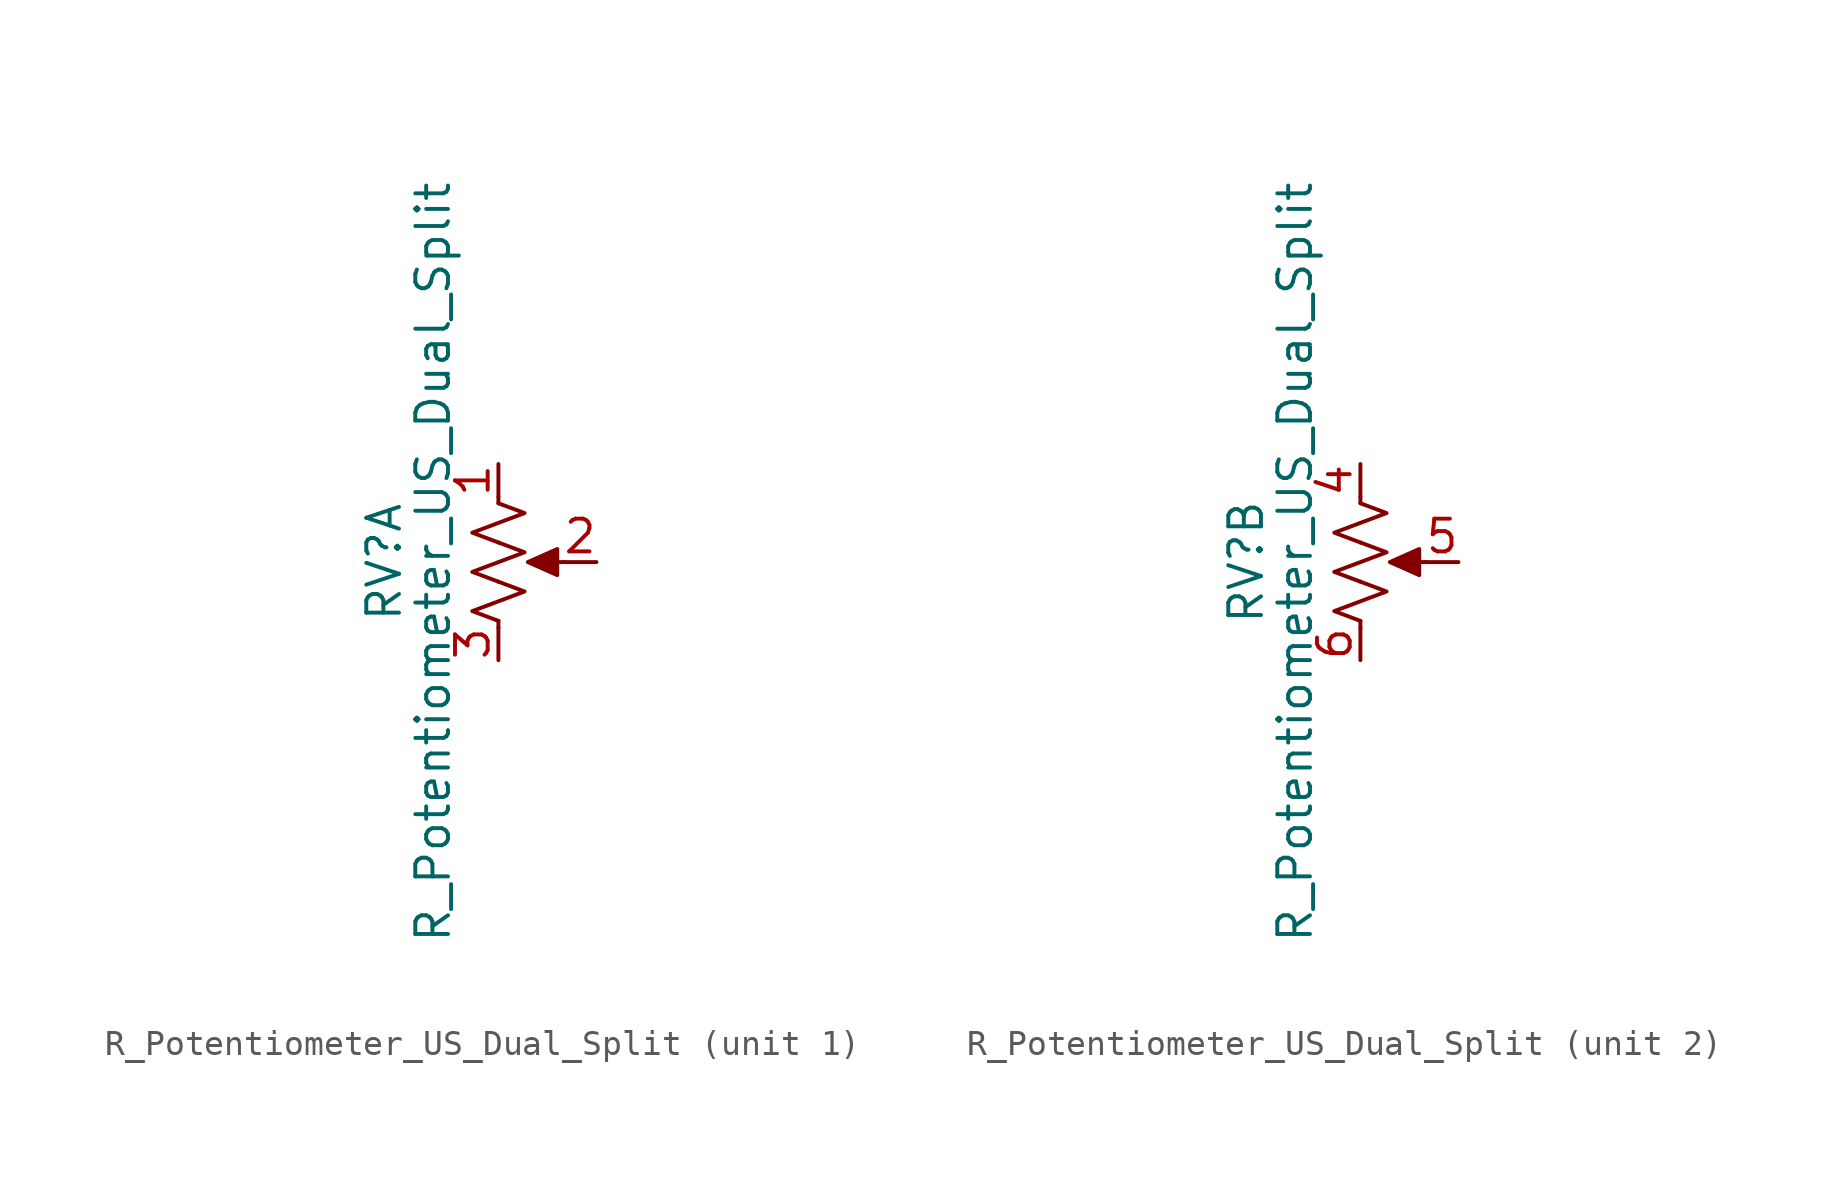
<source format=kicad_sym>
(kicad_symbol_lib
  (version 20241209)
  (generator "kicad_symbol_editor")
  (generator_version "9.0")
  (symbol "R_Potentiometer_US_Dual_Split"
    (pin_names
      (offset 1.016)
      (hide yes))
    (property "Reference" "RV"
      (at -4.445 0 90)
      (effects (font (size 1.27 1.27))))
    (property "Value" "R_Potentiometer_US_Dual_Split"
      (at -2.54 0 90)
      (effects (font (size 1.27 1.27))))
    (symbol "R_Potentiometer_US_Dual_Split_0_1"
      (polyline (pts (xy 0 2.54) (xy 0 2.286)) (stroke (width 0) (type default)) (fill (type none)))
      (polyline (pts (xy 0 2.286) (xy 1.016 1.905) (xy 0 1.524) (xy -1.016 1.143) (xy 0 0.762)) (stroke (width 0) (type default)) (fill (type none)))
      (polyline (pts (xy 0 0.762) (xy 1.016 0.381) (xy 0 0) (xy -1.016 -0.381) (xy 0 -0.762)) (stroke (width 0) (type default)) (fill (type none)))
      (polyline (pts (xy 0 -0.762) (xy 1.016 -1.143) (xy 0 -1.524) (xy -1.016 -1.905) (xy 0 -2.286)) (stroke (width 0) (type default)) (fill (type none)))
      (polyline (pts (xy 0 -2.286) (xy 0 -2.54)) (stroke (width 0) (type default)) (fill (type none)))
      (polyline (pts (xy 1.143 0) (xy 2.286 0.508) (xy 2.286 -0.508) (xy 1.143 0)) (stroke (width 0) (type default)) (fill (type outline)))
      (polyline (pts (xy 2.54 0) (xy 1.524 0)) (stroke (width 0) (type default)) (fill (type none))))
    (symbol "R_Potentiometer_US_Dual_Split_1_1"
      (pin passive line (at 0 3.81 270) (length 1.27) (name "1" (effects (font (size 1.27 1.27)))) (number "1" (effects (font (size 1.27 1.27)))))
      (pin passive line (at 0 -3.81 90) (length 1.27) (name "3" (effects (font (size 1.27 1.27)))) (number "3" (effects (font (size 1.27 1.27)))))
      (pin passive line (at 3.81 0 180) (length 1.27) (name "2" (effects (font (size 1.27 1.27)))) (number "2" (effects (font (size 1.27 1.27))))))
    (symbol "R_Potentiometer_US_Dual_Split_2_1"
      (pin passive line (at 0 3.81 270) (length 1.27) (name "4" (effects (font (size 1.27 1.27)))) (number "4" (effects (font (size 1.27 1.27)))))
      (pin passive line (at 0 -3.81 90) (length 1.27) (name "6" (effects (font (size 1.27 1.27)))) (number "6" (effects (font (size 1.27 1.27)))))
      (pin passive line (at 3.81 0 180) (length 1.27) (name "5" (effects (font (size 1.27 1.27)))) (number "5" (effects (font (size 1.27 1.27))))))))
</source>
